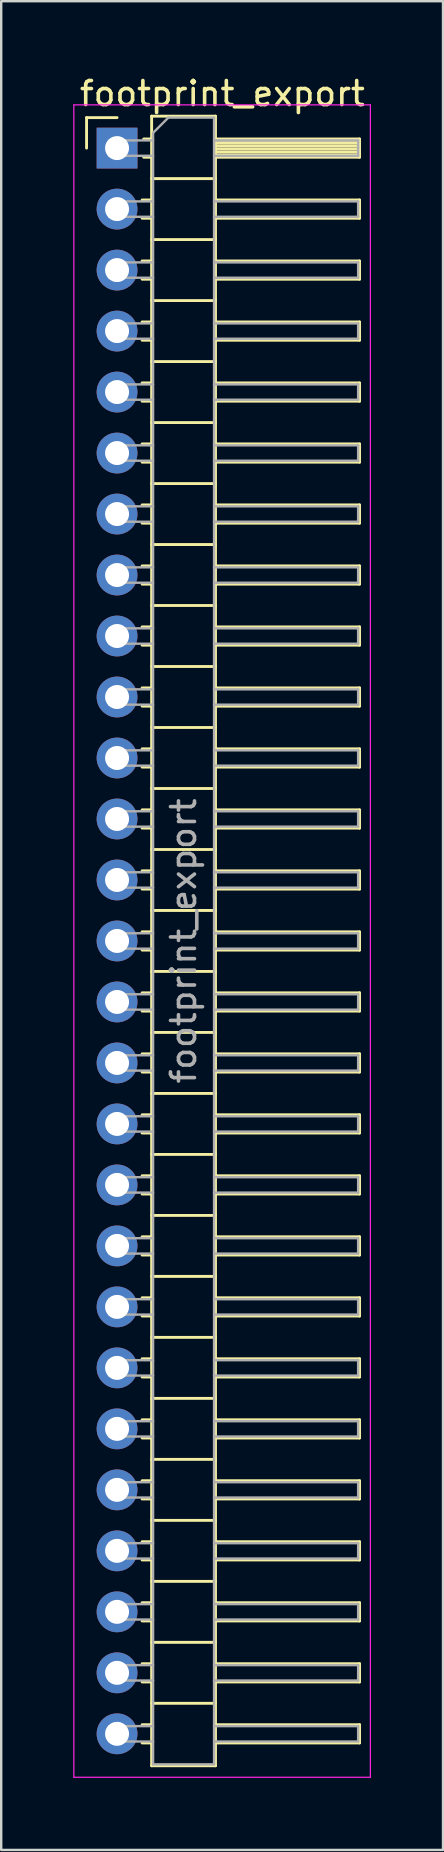
<source format=kicad_pcb>
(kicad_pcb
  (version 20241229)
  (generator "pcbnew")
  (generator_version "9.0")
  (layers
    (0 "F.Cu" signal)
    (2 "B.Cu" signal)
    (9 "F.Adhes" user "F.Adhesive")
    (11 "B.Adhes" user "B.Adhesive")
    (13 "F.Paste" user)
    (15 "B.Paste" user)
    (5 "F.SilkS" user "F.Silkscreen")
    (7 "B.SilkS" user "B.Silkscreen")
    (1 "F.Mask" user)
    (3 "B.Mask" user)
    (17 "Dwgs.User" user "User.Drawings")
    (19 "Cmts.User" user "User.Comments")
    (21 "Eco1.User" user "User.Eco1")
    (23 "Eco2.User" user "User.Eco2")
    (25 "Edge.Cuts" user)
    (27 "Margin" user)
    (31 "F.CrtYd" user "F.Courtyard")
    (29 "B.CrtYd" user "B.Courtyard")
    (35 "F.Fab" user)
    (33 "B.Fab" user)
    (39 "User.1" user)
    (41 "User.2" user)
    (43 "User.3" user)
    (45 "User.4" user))
  (footprint "footprint_export"
    (layer "F.Cu")
    (at 1.825 3.118)
    (property "Reference" "footprint_export" (at 4.385 -2.27 0) (layer "F.SilkS") (effects (font (size 1 1) (thickness 0.15))))
    (attr through_hole)
    (fp_line (start -1.27 -1.27) (end 0 -1.27) (stroke (width 0.12) (type solid)) (layer "F.SilkS"))
    (fp_line (start -1.27 0) (end -1.27 -1.27) (stroke (width 0.12) (type solid)) (layer "F.SilkS"))
    (fp_line (start 1.043 2.16) (end 1.44 2.16) (stroke (width 0.12) (type solid)) (layer "F.SilkS"))
    (fp_line (start 1.043 2.92) (end 1.44 2.92) (stroke (width 0.12) (type solid)) (layer "F.SilkS"))
    (fp_line (start 1.043 4.7) (end 1.44 4.7) (stroke (width 0.12) (type solid)) (layer "F.SilkS"))
    (fp_line (start 1.043 5.46) (end 1.44 5.46) (stroke (width 0.12) (type solid)) (layer "F.SilkS"))
    (fp_line (start 1.043 7.24) (end 1.44 7.24) (stroke (width 0.12) (type solid)) (layer "F.SilkS"))
    (fp_line (start 1.043 8) (end 1.44 8) (stroke (width 0.12) (type solid)) (layer "F.SilkS"))
    (fp_line (start 1.043 9.78) (end 1.44 9.78) (stroke (width 0.12) (type solid)) (layer "F.SilkS"))
    (fp_line (start 1.043 10.54) (end 1.44 10.54) (stroke (width 0.12) (type solid)) (layer "F.SilkS"))
    (fp_line (start 1.043 12.32) (end 1.44 12.32) (stroke (width 0.12) (type solid)) (layer "F.SilkS"))
    (fp_line (start 1.043 13.08) (end 1.44 13.08) (stroke (width 0.12) (type solid)) (layer "F.SilkS"))
    (fp_line (start 1.043 14.86) (end 1.44 14.86) (stroke (width 0.12) (type solid)) (layer "F.SilkS"))
    (fp_line (start 1.043 15.62) (end 1.44 15.62) (stroke (width 0.12) (type solid)) (layer "F.SilkS"))
    (fp_line (start 1.043 17.4) (end 1.44 17.4) (stroke (width 0.12) (type solid)) (layer "F.SilkS"))
    (fp_line (start 1.043 18.16) (end 1.44 18.16) (stroke (width 0.12) (type solid)) (layer "F.SilkS"))
    (fp_line (start 1.043 19.94) (end 1.44 19.94) (stroke (width 0.12) (type solid)) (layer "F.SilkS"))
    (fp_line (start 1.043 20.7) (end 1.44 20.7) (stroke (width 0.12) (type solid)) (layer "F.SilkS"))
    (fp_line (start 1.043 22.48) (end 1.44 22.48) (stroke (width 0.12) (type solid)) (layer "F.SilkS"))
    (fp_line (start 1.043 23.24) (end 1.44 23.24) (stroke (width 0.12) (type solid)) (layer "F.SilkS"))
    (fp_line (start 1.043 25.02) (end 1.44 25.02) (stroke (width 0.12) (type solid)) (layer "F.SilkS"))
    (fp_line (start 1.043 25.78) (end 1.44 25.78) (stroke (width 0.12) (type solid)) (layer "F.SilkS"))
    (fp_line (start 1.043 27.56) (end 1.44 27.56) (stroke (width 0.12) (type solid)) (layer "F.SilkS"))
    (fp_line (start 1.043 28.32) (end 1.44 28.32) (stroke (width 0.12) (type solid)) (layer "F.SilkS"))
    (fp_line (start 1.043 30.1) (end 1.44 30.1) (stroke (width 0.12) (type solid)) (layer "F.SilkS"))
    (fp_line (start 1.043 30.86) (end 1.44 30.86) (stroke (width 0.12) (type solid)) (layer "F.SilkS"))
    (fp_line (start 1.043 32.64) (end 1.44 32.64) (stroke (width 0.12) (type solid)) (layer "F.SilkS"))
    (fp_line (start 1.043 33.4) (end 1.44 33.4) (stroke (width 0.12) (type solid)) (layer "F.SilkS"))
    (fp_line (start 1.043 35.18) (end 1.44 35.18) (stroke (width 0.12) (type solid)) (layer "F.SilkS"))
    (fp_line (start 1.043 35.94) (end 1.44 35.94) (stroke (width 0.12) (type solid)) (layer "F.SilkS"))
    (fp_line (start 1.043 37.72) (end 1.44 37.72) (stroke (width 0.12) (type solid)) (layer "F.SilkS"))
    (fp_line (start 1.043 38.48) (end 1.44 38.48) (stroke (width 0.12) (type solid)) (layer "F.SilkS"))
    (fp_line (start 1.043 40.26) (end 1.44 40.26) (stroke (width 0.12) (type solid)) (layer "F.SilkS"))
    (fp_line (start 1.043 41.02) (end 1.44 41.02) (stroke (width 0.12) (type solid)) (layer "F.SilkS"))
    (fp_line (start 1.043 42.8) (end 1.44 42.8) (stroke (width 0.12) (type solid)) (layer "F.SilkS"))
    (fp_line (start 1.043 43.56) (end 1.44 43.56) (stroke (width 0.12) (type solid)) (layer "F.SilkS"))
    (fp_line (start 1.043 45.34) (end 1.44 45.34) (stroke (width 0.12) (type solid)) (layer "F.SilkS"))
    (fp_line (start 1.043 46.1) (end 1.44 46.1) (stroke (width 0.12) (type solid)) (layer "F.SilkS"))
    (fp_line (start 1.043 47.88) (end 1.44 47.88) (stroke (width 0.12) (type solid)) (layer "F.SilkS"))
    (fp_line (start 1.043 48.64) (end 1.44 48.64) (stroke (width 0.12) (type solid)) (layer "F.SilkS"))
    (fp_line (start 1.043 50.42) (end 1.44 50.42) (stroke (width 0.12) (type solid)) (layer "F.SilkS"))
    (fp_line (start 1.043 51.18) (end 1.44 51.18) (stroke (width 0.12) (type solid)) (layer "F.SilkS"))
    (fp_line (start 1.043 52.96) (end 1.44 52.96) (stroke (width 0.12) (type solid)) (layer "F.SilkS"))
    (fp_line (start 1.043 53.72) (end 1.44 53.72) (stroke (width 0.12) (type solid)) (layer "F.SilkS"))
    (fp_line (start 1.043 55.5) (end 1.44 55.5) (stroke (width 0.12) (type solid)) (layer "F.SilkS"))
    (fp_line (start 1.043 56.26) (end 1.44 56.26) (stroke (width 0.12) (type solid)) (layer "F.SilkS"))
    (fp_line (start 1.043 58.04) (end 1.44 58.04) (stroke (width 0.12) (type solid)) (layer "F.SilkS"))
    (fp_line (start 1.043 58.8) (end 1.44 58.8) (stroke (width 0.12) (type solid)) (layer "F.SilkS"))
    (fp_line (start 1.043 60.58) (end 1.44 60.58) (stroke (width 0.12) (type solid)) (layer "F.SilkS"))
    (fp_line (start 1.043 61.34) (end 1.44 61.34) (stroke (width 0.12) (type solid)) (layer "F.SilkS"))
    (fp_line (start 1.043 63.12) (end 1.44 63.12) (stroke (width 0.12) (type solid)) (layer "F.SilkS"))
    (fp_line (start 1.043 63.88) (end 1.44 63.88) (stroke (width 0.12) (type solid)) (layer "F.SilkS"))
    (fp_line (start 1.043 65.66) (end 1.44 65.66) (stroke (width 0.12) (type solid)) (layer "F.SilkS"))
    (fp_line (start 1.043 66.42) (end 1.44 66.42) (stroke (width 0.12) (type solid)) (layer "F.SilkS"))
    (fp_line (start 1.11 -0.38) (end 1.44 -0.38) (stroke (width 0.12) (type solid)) (layer "F.SilkS"))
    (fp_line (start 1.11 0.38) (end 1.44 0.38) (stroke (width 0.12) (type solid)) (layer "F.SilkS"))
    (fp_line (start 1.44 -1.33) (end 1.44 67.37) (stroke (width 0.12) (type solid)) (layer "F.SilkS"))
    (fp_line (start 1.44 1.27) (end 4.1 1.27) (stroke (width 0.12) (type solid)) (layer "F.SilkS"))
    (fp_line (start 1.44 3.81) (end 4.1 3.81) (stroke (width 0.12) (type solid)) (layer "F.SilkS"))
    (fp_line (start 1.44 6.35) (end 4.1 6.35) (stroke (width 0.12) (type solid)) (layer "F.SilkS"))
    (fp_line (start 1.44 8.89) (end 4.1 8.89) (stroke (width 0.12) (type solid)) (layer "F.SilkS"))
    (fp_line (start 1.44 11.43) (end 4.1 11.43) (stroke (width 0.12) (type solid)) (layer "F.SilkS"))
    (fp_line (start 1.44 13.97) (end 4.1 13.97) (stroke (width 0.12) (type solid)) (layer "F.SilkS"))
    (fp_line (start 1.44 16.51) (end 4.1 16.51) (stroke (width 0.12) (type solid)) (layer "F.SilkS"))
    (fp_line (start 1.44 19.05) (end 4.1 19.05) (stroke (width 0.12) (type solid)) (layer "F.SilkS"))
    (fp_line (start 1.44 21.59) (end 4.1 21.59) (stroke (width 0.12) (type solid)) (layer "F.SilkS"))
    (fp_line (start 1.44 24.13) (end 4.1 24.13) (stroke (width 0.12) (type solid)) (layer "F.SilkS"))
    (fp_line (start 1.44 26.67) (end 4.1 26.67) (stroke (width 0.12) (type solid)) (layer "F.SilkS"))
    (fp_line (start 1.44 29.21) (end 4.1 29.21) (stroke (width 0.12) (type solid)) (layer "F.SilkS"))
    (fp_line (start 1.44 31.75) (end 4.1 31.75) (stroke (width 0.12) (type solid)) (layer "F.SilkS"))
    (fp_line (start 1.44 34.29) (end 4.1 34.29) (stroke (width 0.12) (type solid)) (layer "F.SilkS"))
    (fp_line (start 1.44 36.83) (end 4.1 36.83) (stroke (width 0.12) (type solid)) (layer "F.SilkS"))
    (fp_line (start 1.44 39.37) (end 4.1 39.37) (stroke (width 0.12) (type solid)) (layer "F.SilkS"))
    (fp_line (start 1.44 41.91) (end 4.1 41.91) (stroke (width 0.12) (type solid)) (layer "F.SilkS"))
    (fp_line (start 1.44 44.45) (end 4.1 44.45) (stroke (width 0.12) (type solid)) (layer "F.SilkS"))
    (fp_line (start 1.44 46.99) (end 4.1 46.99) (stroke (width 0.12) (type solid)) (layer "F.SilkS"))
    (fp_line (start 1.44 49.53) (end 4.1 49.53) (stroke (width 0.12) (type solid)) (layer "F.SilkS"))
    (fp_line (start 1.44 52.07) (end 4.1 52.07) (stroke (width 0.12) (type solid)) (layer "F.SilkS"))
    (fp_line (start 1.44 54.61) (end 4.1 54.61) (stroke (width 0.12) (type solid)) (layer "F.SilkS"))
    (fp_line (start 1.44 57.15) (end 4.1 57.15) (stroke (width 0.12) (type solid)) (layer "F.SilkS"))
    (fp_line (start 1.44 59.69) (end 4.1 59.69) (stroke (width 0.12) (type solid)) (layer "F.SilkS"))
    (fp_line (start 1.44 62.23) (end 4.1 62.23) (stroke (width 0.12) (type solid)) (layer "F.SilkS"))
    (fp_line (start 1.44 64.77) (end 4.1 64.77) (stroke (width 0.12) (type solid)) (layer "F.SilkS"))
    (fp_line (start 1.44 67.37) (end 4.1 67.37) (stroke (width 0.12) (type solid)) (layer "F.SilkS"))
    (fp_line (start 4.1 -1.33) (end 1.44 -1.33) (stroke (width 0.12) (type solid)) (layer "F.SilkS"))
    (fp_line (start 4.1 -0.38) (end 10.1 -0.38) (stroke (width 0.12) (type solid)) (layer "F.SilkS"))
    (fp_line (start 4.1 -0.32) (end 10.1 -0.32) (stroke (width 0.12) (type solid)) (layer "F.SilkS"))
    (fp_line (start 4.1 -0.2) (end 10.1 -0.2) (stroke (width 0.12) (type solid)) (layer "F.SilkS"))
    (fp_line (start 4.1 -0.08) (end 10.1 -0.08) (stroke (width 0.12) (type solid)) (layer "F.SilkS"))
    (fp_line (start 4.1 0.04) (end 10.1 0.04) (stroke (width 0.12) (type solid)) (layer "F.SilkS"))
    (fp_line (start 4.1 0.16) (end 10.1 0.16) (stroke (width 0.12) (type solid)) (layer "F.SilkS"))
    (fp_line (start 4.1 0.28) (end 10.1 0.28) (stroke (width 0.12) (type solid)) (layer "F.SilkS"))
    (fp_line (start 4.1 2.16) (end 10.1 2.16) (stroke (width 0.12) (type solid)) (layer "F.SilkS"))
    (fp_line (start 4.1 4.7) (end 10.1 4.7) (stroke (width 0.12) (type solid)) (layer "F.SilkS"))
    (fp_line (start 4.1 7.24) (end 10.1 7.24) (stroke (width 0.12) (type solid)) (layer "F.SilkS"))
    (fp_line (start 4.1 9.78) (end 10.1 9.78) (stroke (width 0.12) (type solid)) (layer "F.SilkS"))
    (fp_line (start 4.1 12.32) (end 10.1 12.32) (stroke (width 0.12) (type solid)) (layer "F.SilkS"))
    (fp_line (start 4.1 14.86) (end 10.1 14.86) (stroke (width 0.12) (type solid)) (layer "F.SilkS"))
    (fp_line (start 4.1 17.4) (end 10.1 17.4) (stroke (width 0.12) (type solid)) (layer "F.SilkS"))
    (fp_line (start 4.1 19.94) (end 10.1 19.94) (stroke (width 0.12) (type solid)) (layer "F.SilkS"))
    (fp_line (start 4.1 22.48) (end 10.1 22.48) (stroke (width 0.12) (type solid)) (layer "F.SilkS"))
    (fp_line (start 4.1 25.02) (end 10.1 25.02) (stroke (width 0.12) (type solid)) (layer "F.SilkS"))
    (fp_line (start 4.1 27.56) (end 10.1 27.56) (stroke (width 0.12) (type solid)) (layer "F.SilkS"))
    (fp_line (start 4.1 30.1) (end 10.1 30.1) (stroke (width 0.12) (type solid)) (layer "F.SilkS"))
    (fp_line (start 4.1 32.64) (end 10.1 32.64) (stroke (width 0.12) (type solid)) (layer "F.SilkS"))
    (fp_line (start 4.1 35.18) (end 10.1 35.18) (stroke (width 0.12) (type solid)) (layer "F.SilkS"))
    (fp_line (start 4.1 37.72) (end 10.1 37.72) (stroke (width 0.12) (type solid)) (layer "F.SilkS"))
    (fp_line (start 4.1 40.26) (end 10.1 40.26) (stroke (width 0.12) (type solid)) (layer "F.SilkS"))
    (fp_line (start 4.1 42.8) (end 10.1 42.8) (stroke (width 0.12) (type solid)) (layer "F.SilkS"))
    (fp_line (start 4.1 45.34) (end 10.1 45.34) (stroke (width 0.12) (type solid)) (layer "F.SilkS"))
    (fp_line (start 4.1 47.88) (end 10.1 47.88) (stroke (width 0.12) (type solid)) (layer "F.SilkS"))
    (fp_line (start 4.1 50.42) (end 10.1 50.42) (stroke (width 0.12) (type solid)) (layer "F.SilkS"))
    (fp_line (start 4.1 52.96) (end 10.1 52.96) (stroke (width 0.12) (type solid)) (layer "F.SilkS"))
    (fp_line (start 4.1 55.5) (end 10.1 55.5) (stroke (width 0.12) (type solid)) (layer "F.SilkS"))
    (fp_line (start 4.1 58.04) (end 10.1 58.04) (stroke (width 0.12) (type solid)) (layer "F.SilkS"))
    (fp_line (start 4.1 60.58) (end 10.1 60.58) (stroke (width 0.12) (type solid)) (layer "F.SilkS"))
    (fp_line (start 4.1 63.12) (end 10.1 63.12) (stroke (width 0.12) (type solid)) (layer "F.SilkS"))
    (fp_line (start 4.1 65.66) (end 10.1 65.66) (stroke (width 0.12) (type solid)) (layer "F.SilkS"))
    (fp_line (start 4.1 67.37) (end 4.1 -1.33) (stroke (width 0.12) (type solid)) (layer "F.SilkS"))
    (fp_line (start 10.1 -0.38) (end 10.1 0.38) (stroke (width 0.12) (type solid)) (layer "F.SilkS"))
    (fp_line (start 10.1 0.38) (end 4.1 0.38) (stroke (width 0.12) (type solid)) (layer "F.SilkS"))
    (fp_line (start 10.1 2.16) (end 10.1 2.92) (stroke (width 0.12) (type solid)) (layer "F.SilkS"))
    (fp_line (start 10.1 2.92) (end 4.1 2.92) (stroke (width 0.12) (type solid)) (layer "F.SilkS"))
    (fp_line (start 10.1 4.7) (end 10.1 5.46) (stroke (width 0.12) (type solid)) (layer "F.SilkS"))
    (fp_line (start 10.1 5.46) (end 4.1 5.46) (stroke (width 0.12) (type solid)) (layer "F.SilkS"))
    (fp_line (start 10.1 7.24) (end 10.1 8) (stroke (width 0.12) (type solid)) (layer "F.SilkS"))
    (fp_line (start 10.1 8) (end 4.1 8) (stroke (width 0.12) (type solid)) (layer "F.SilkS"))
    (fp_line (start 10.1 9.78) (end 10.1 10.54) (stroke (width 0.12) (type solid)) (layer "F.SilkS"))
    (fp_line (start 10.1 10.54) (end 4.1 10.54) (stroke (width 0.12) (type solid)) (layer "F.SilkS"))
    (fp_line (start 10.1 12.32) (end 10.1 13.08) (stroke (width 0.12) (type solid)) (layer "F.SilkS"))
    (fp_line (start 10.1 13.08) (end 4.1 13.08) (stroke (width 0.12) (type solid)) (layer "F.SilkS"))
    (fp_line (start 10.1 14.86) (end 10.1 15.62) (stroke (width 0.12) (type solid)) (layer "F.SilkS"))
    (fp_line (start 10.1 15.62) (end 4.1 15.62) (stroke (width 0.12) (type solid)) (layer "F.SilkS"))
    (fp_line (start 10.1 17.4) (end 10.1 18.16) (stroke (width 0.12) (type solid)) (layer "F.SilkS"))
    (fp_line (start 10.1 18.16) (end 4.1 18.16) (stroke (width 0.12) (type solid)) (layer "F.SilkS"))
    (fp_line (start 10.1 19.94) (end 10.1 20.7) (stroke (width 0.12) (type solid)) (layer "F.SilkS"))
    (fp_line (start 10.1 20.7) (end 4.1 20.7) (stroke (width 0.12) (type solid)) (layer "F.SilkS"))
    (fp_line (start 10.1 22.48) (end 10.1 23.24) (stroke (width 0.12) (type solid)) (layer "F.SilkS"))
    (fp_line (start 10.1 23.24) (end 4.1 23.24) (stroke (width 0.12) (type solid)) (layer "F.SilkS"))
    (fp_line (start 10.1 25.02) (end 10.1 25.78) (stroke (width 0.12) (type solid)) (layer "F.SilkS"))
    (fp_line (start 10.1 25.78) (end 4.1 25.78) (stroke (width 0.12) (type solid)) (layer "F.SilkS"))
    (fp_line (start 10.1 27.56) (end 10.1 28.32) (stroke (width 0.12) (type solid)) (layer "F.SilkS"))
    (fp_line (start 10.1 28.32) (end 4.1 28.32) (stroke (width 0.12) (type solid)) (layer "F.SilkS"))
    (fp_line (start 10.1 30.1) (end 10.1 30.86) (stroke (width 0.12) (type solid)) (layer "F.SilkS"))
    (fp_line (start 10.1 30.86) (end 4.1 30.86) (stroke (width 0.12) (type solid)) (layer "F.SilkS"))
    (fp_line (start 10.1 32.64) (end 10.1 33.4) (stroke (width 0.12) (type solid)) (layer "F.SilkS"))
    (fp_line (start 10.1 33.4) (end 4.1 33.4) (stroke (width 0.12) (type solid)) (layer "F.SilkS"))
    (fp_line (start 10.1 35.18) (end 10.1 35.94) (stroke (width 0.12) (type solid)) (layer "F.SilkS"))
    (fp_line (start 10.1 35.94) (end 4.1 35.94) (stroke (width 0.12) (type solid)) (layer "F.SilkS"))
    (fp_line (start 10.1 37.72) (end 10.1 38.48) (stroke (width 0.12) (type solid)) (layer "F.SilkS"))
    (fp_line (start 10.1 38.48) (end 4.1 38.48) (stroke (width 0.12) (type solid)) (layer "F.SilkS"))
    (fp_line (start 10.1 40.26) (end 10.1 41.02) (stroke (width 0.12) (type solid)) (layer "F.SilkS"))
    (fp_line (start 10.1 41.02) (end 4.1 41.02) (stroke (width 0.12) (type solid)) (layer "F.SilkS"))
    (fp_line (start 10.1 42.8) (end 10.1 43.56) (stroke (width 0.12) (type solid)) (layer "F.SilkS"))
    (fp_line (start 10.1 43.56) (end 4.1 43.56) (stroke (width 0.12) (type solid)) (layer "F.SilkS"))
    (fp_line (start 10.1 45.34) (end 10.1 46.1) (stroke (width 0.12) (type solid)) (layer "F.SilkS"))
    (fp_line (start 10.1 46.1) (end 4.1 46.1) (stroke (width 0.12) (type solid)) (layer "F.SilkS"))
    (fp_line (start 10.1 47.88) (end 10.1 48.64) (stroke (width 0.12) (type solid)) (layer "F.SilkS"))
    (fp_line (start 10.1 48.64) (end 4.1 48.64) (stroke (width 0.12) (type solid)) (layer "F.SilkS"))
    (fp_line (start 10.1 50.42) (end 10.1 51.18) (stroke (width 0.12) (type solid)) (layer "F.SilkS"))
    (fp_line (start 10.1 51.18) (end 4.1 51.18) (stroke (width 0.12) (type solid)) (layer "F.SilkS"))
    (fp_line (start 10.1 52.96) (end 10.1 53.72) (stroke (width 0.12) (type solid)) (layer "F.SilkS"))
    (fp_line (start 10.1 53.72) (end 4.1 53.72) (stroke (width 0.12) (type solid)) (layer "F.SilkS"))
    (fp_line (start 10.1 55.5) (end 10.1 56.26) (stroke (width 0.12) (type solid)) (layer "F.SilkS"))
    (fp_line (start 10.1 56.26) (end 4.1 56.26) (stroke (width 0.12) (type solid)) (layer "F.SilkS"))
    (fp_line (start 10.1 58.04) (end 10.1 58.8) (stroke (width 0.12) (type solid)) (layer "F.SilkS"))
    (fp_line (start 10.1 58.8) (end 4.1 58.8) (stroke (width 0.12) (type solid)) (layer "F.SilkS"))
    (fp_line (start 10.1 60.58) (end 10.1 61.34) (stroke (width 0.12) (type solid)) (layer "F.SilkS"))
    (fp_line (start 10.1 61.34) (end 4.1 61.34) (stroke (width 0.12) (type solid)) (layer "F.SilkS"))
    (fp_line (start 10.1 63.12) (end 10.1 63.88) (stroke (width 0.12) (type solid)) (layer "F.SilkS"))
    (fp_line (start 10.1 63.88) (end 4.1 63.88) (stroke (width 0.12) (type solid)) (layer "F.SilkS"))
    (fp_line (start 10.1 65.66) (end 10.1 66.42) (stroke (width 0.12) (type solid)) (layer "F.SilkS"))
    (fp_line (start 10.1 66.42) (end 4.1 66.42) (stroke (width 0.12) (type solid)) (layer "F.SilkS"))
    (fp_line (start -1.8 -1.8) (end -1.8 67.85) (stroke (width 0.05) (type solid)) (layer "F.CrtYd"))
    (fp_line (start -1.8 67.85) (end 10.55 67.85) (stroke (width 0.05) (type solid)) (layer "F.CrtYd"))
    (fp_line (start 10.55 -1.8) (end -1.8 -1.8) (stroke (width 0.05) (type solid)) (layer "F.CrtYd"))
    (fp_line (start 10.55 67.85) (end 10.55 -1.8) (stroke (width 0.05) (type solid)) (layer "F.CrtYd"))
    (fp_line (start -0.32 -0.32) (end -0.32 0.32) (stroke (width 0.1) (type solid)) (layer "F.Fab"))
    (fp_line (start -0.32 -0.32) (end 1.5 -0.32) (stroke (width 0.1) (type solid)) (layer "F.Fab"))
    (fp_line (start -0.32 0.32) (end 1.5 0.32) (stroke (width 0.1) (type solid)) (layer "F.Fab"))
    (fp_line (start -0.32 2.22) (end -0.32 2.86) (stroke (width 0.1) (type solid)) (layer "F.Fab"))
    (fp_line (start -0.32 2.22) (end 1.5 2.22) (stroke (width 0.1) (type solid)) (layer "F.Fab"))
    (fp_line (start -0.32 2.86) (end 1.5 2.86) (stroke (width 0.1) (type solid)) (layer "F.Fab"))
    (fp_line (start -0.32 4.76) (end -0.32 5.4) (stroke (width 0.1) (type solid)) (layer "F.Fab"))
    (fp_line (start -0.32 4.76) (end 1.5 4.76) (stroke (width 0.1) (type solid)) (layer "F.Fab"))
    (fp_line (start -0.32 5.4) (end 1.5 5.4) (stroke (width 0.1) (type solid)) (layer "F.Fab"))
    (fp_line (start -0.32 7.3) (end -0.32 7.94) (stroke (width 0.1) (type solid)) (layer "F.Fab"))
    (fp_line (start -0.32 7.3) (end 1.5 7.3) (stroke (width 0.1) (type solid)) (layer "F.Fab"))
    (fp_line (start -0.32 7.94) (end 1.5 7.94) (stroke (width 0.1) (type solid)) (layer "F.Fab"))
    (fp_line (start -0.32 9.84) (end -0.32 10.48) (stroke (width 0.1) (type solid)) (layer "F.Fab"))
    (fp_line (start -0.32 9.84) (end 1.5 9.84) (stroke (width 0.1) (type solid)) (layer "F.Fab"))
    (fp_line (start -0.32 10.48) (end 1.5 10.48) (stroke (width 0.1) (type solid)) (layer "F.Fab"))
    (fp_line (start -0.32 12.38) (end -0.32 13.02) (stroke (width 0.1) (type solid)) (layer "F.Fab"))
    (fp_line (start -0.32 12.38) (end 1.5 12.38) (stroke (width 0.1) (type solid)) (layer "F.Fab"))
    (fp_line (start -0.32 13.02) (end 1.5 13.02) (stroke (width 0.1) (type solid)) (layer "F.Fab"))
    (fp_line (start -0.32 14.92) (end -0.32 15.56) (stroke (width 0.1) (type solid)) (layer "F.Fab"))
    (fp_line (start -0.32 14.92) (end 1.5 14.92) (stroke (width 0.1) (type solid)) (layer "F.Fab"))
    (fp_line (start -0.32 15.56) (end 1.5 15.56) (stroke (width 0.1) (type solid)) (layer "F.Fab"))
    (fp_line (start -0.32 17.46) (end -0.32 18.1) (stroke (width 0.1) (type solid)) (layer "F.Fab"))
    (fp_line (start -0.32 17.46) (end 1.5 17.46) (stroke (width 0.1) (type solid)) (layer "F.Fab"))
    (fp_line (start -0.32 18.1) (end 1.5 18.1) (stroke (width 0.1) (type solid)) (layer "F.Fab"))
    (fp_line (start -0.32 20) (end -0.32 20.64) (stroke (width 0.1) (type solid)) (layer "F.Fab"))
    (fp_line (start -0.32 20) (end 1.5 20) (stroke (width 0.1) (type solid)) (layer "F.Fab"))
    (fp_line (start -0.32 20.64) (end 1.5 20.64) (stroke (width 0.1) (type solid)) (layer "F.Fab"))
    (fp_line (start -0.32 22.54) (end -0.32 23.18) (stroke (width 0.1) (type solid)) (layer "F.Fab"))
    (fp_line (start -0.32 22.54) (end 1.5 22.54) (stroke (width 0.1) (type solid)) (layer "F.Fab"))
    (fp_line (start -0.32 23.18) (end 1.5 23.18) (stroke (width 0.1) (type solid)) (layer "F.Fab"))
    (fp_line (start -0.32 25.08) (end -0.32 25.72) (stroke (width 0.1) (type solid)) (layer "F.Fab"))
    (fp_line (start -0.32 25.08) (end 1.5 25.08) (stroke (width 0.1) (type solid)) (layer "F.Fab"))
    (fp_line (start -0.32 25.72) (end 1.5 25.72) (stroke (width 0.1) (type solid)) (layer "F.Fab"))
    (fp_line (start -0.32 27.62) (end -0.32 28.26) (stroke (width 0.1) (type solid)) (layer "F.Fab"))
    (fp_line (start -0.32 27.62) (end 1.5 27.62) (stroke (width 0.1) (type solid)) (layer "F.Fab"))
    (fp_line (start -0.32 28.26) (end 1.5 28.26) (stroke (width 0.1) (type solid)) (layer "F.Fab"))
    (fp_line (start -0.32 30.16) (end -0.32 30.8) (stroke (width 0.1) (type solid)) (layer "F.Fab"))
    (fp_line (start -0.32 30.16) (end 1.5 30.16) (stroke (width 0.1) (type solid)) (layer "F.Fab"))
    (fp_line (start -0.32 30.8) (end 1.5 30.8) (stroke (width 0.1) (type solid)) (layer "F.Fab"))
    (fp_line (start -0.32 32.7) (end -0.32 33.34) (stroke (width 0.1) (type solid)) (layer "F.Fab"))
    (fp_line (start -0.32 32.7) (end 1.5 32.7) (stroke (width 0.1) (type solid)) (layer "F.Fab"))
    (fp_line (start -0.32 33.34) (end 1.5 33.34) (stroke (width 0.1) (type solid)) (layer "F.Fab"))
    (fp_line (start -0.32 35.24) (end -0.32 35.88) (stroke (width 0.1) (type solid)) (layer "F.Fab"))
    (fp_line (start -0.32 35.24) (end 1.5 35.24) (stroke (width 0.1) (type solid)) (layer "F.Fab"))
    (fp_line (start -0.32 35.88) (end 1.5 35.88) (stroke (width 0.1) (type solid)) (layer "F.Fab"))
    (fp_line (start -0.32 37.78) (end -0.32 38.42) (stroke (width 0.1) (type solid)) (layer "F.Fab"))
    (fp_line (start -0.32 37.78) (end 1.5 37.78) (stroke (width 0.1) (type solid)) (layer "F.Fab"))
    (fp_line (start -0.32 38.42) (end 1.5 38.42) (stroke (width 0.1) (type solid)) (layer "F.Fab"))
    (fp_line (start -0.32 40.32) (end -0.32 40.96) (stroke (width 0.1) (type solid)) (layer "F.Fab"))
    (fp_line (start -0.32 40.32) (end 1.5 40.32) (stroke (width 0.1) (type solid)) (layer "F.Fab"))
    (fp_line (start -0.32 40.96) (end 1.5 40.96) (stroke (width 0.1) (type solid)) (layer "F.Fab"))
    (fp_line (start -0.32 42.86) (end -0.32 43.5) (stroke (width 0.1) (type solid)) (layer "F.Fab"))
    (fp_line (start -0.32 42.86) (end 1.5 42.86) (stroke (width 0.1) (type solid)) (layer "F.Fab"))
    (fp_line (start -0.32 43.5) (end 1.5 43.5) (stroke (width 0.1) (type solid)) (layer "F.Fab"))
    (fp_line (start -0.32 45.4) (end -0.32 46.04) (stroke (width 0.1) (type solid)) (layer "F.Fab"))
    (fp_line (start -0.32 45.4) (end 1.5 45.4) (stroke (width 0.1) (type solid)) (layer "F.Fab"))
    (fp_line (start -0.32 46.04) (end 1.5 46.04) (stroke (width 0.1) (type solid)) (layer "F.Fab"))
    (fp_line (start -0.32 47.94) (end -0.32 48.58) (stroke (width 0.1) (type solid)) (layer "F.Fab"))
    (fp_line (start -0.32 47.94) (end 1.5 47.94) (stroke (width 0.1) (type solid)) (layer "F.Fab"))
    (fp_line (start -0.32 48.58) (end 1.5 48.58) (stroke (width 0.1) (type solid)) (layer "F.Fab"))
    (fp_line (start -0.32 50.48) (end -0.32 51.12) (stroke (width 0.1) (type solid)) (layer "F.Fab"))
    (fp_line (start -0.32 50.48) (end 1.5 50.48) (stroke (width 0.1) (type solid)) (layer "F.Fab"))
    (fp_line (start -0.32 51.12) (end 1.5 51.12) (stroke (width 0.1) (type solid)) (layer "F.Fab"))
    (fp_line (start -0.32 53.02) (end -0.32 53.66) (stroke (width 0.1) (type solid)) (layer "F.Fab"))
    (fp_line (start -0.32 53.02) (end 1.5 53.02) (stroke (width 0.1) (type solid)) (layer "F.Fab"))
    (fp_line (start -0.32 53.66) (end 1.5 53.66) (stroke (width 0.1) (type solid)) (layer "F.Fab"))
    (fp_line (start -0.32 55.56) (end -0.32 56.2) (stroke (width 0.1) (type solid)) (layer "F.Fab"))
    (fp_line (start -0.32 55.56) (end 1.5 55.56) (stroke (width 0.1) (type solid)) (layer "F.Fab"))
    (fp_line (start -0.32 56.2) (end 1.5 56.2) (stroke (width 0.1) (type solid)) (layer "F.Fab"))
    (fp_line (start -0.32 58.1) (end -0.32 58.74) (stroke (width 0.1) (type solid)) (layer "F.Fab"))
    (fp_line (start -0.32 58.1) (end 1.5 58.1) (stroke (width 0.1) (type solid)) (layer "F.Fab"))
    (fp_line (start -0.32 58.74) (end 1.5 58.74) (stroke (width 0.1) (type solid)) (layer "F.Fab"))
    (fp_line (start -0.32 60.64) (end -0.32 61.28) (stroke (width 0.1) (type solid)) (layer "F.Fab"))
    (fp_line (start -0.32 60.64) (end 1.5 60.64) (stroke (width 0.1) (type solid)) (layer "F.Fab"))
    (fp_line (start -0.32 61.28) (end 1.5 61.28) (stroke (width 0.1) (type solid)) (layer "F.Fab"))
    (fp_line (start -0.32 63.18) (end -0.32 63.82) (stroke (width 0.1) (type solid)) (layer "F.Fab"))
    (fp_line (start -0.32 63.18) (end 1.5 63.18) (stroke (width 0.1) (type solid)) (layer "F.Fab"))
    (fp_line (start -0.32 63.82) (end 1.5 63.82) (stroke (width 0.1) (type solid)) (layer "F.Fab"))
    (fp_line (start -0.32 65.72) (end -0.32 66.36) (stroke (width 0.1) (type solid)) (layer "F.Fab"))
    (fp_line (start -0.32 65.72) (end 1.5 65.72) (stroke (width 0.1) (type solid)) (layer "F.Fab"))
    (fp_line (start -0.32 66.36) (end 1.5 66.36) (stroke (width 0.1) (type solid)) (layer "F.Fab"))
    (fp_line (start 1.5 -0.635) (end 2.135 -1.27) (stroke (width 0.1) (type solid)) (layer "F.Fab"))
    (fp_line (start 1.5 67.31) (end 1.5 -0.635) (stroke (width 0.1) (type solid)) (layer "F.Fab"))
    (fp_line (start 2.135 -1.27) (end 4.04 -1.27) (stroke (width 0.1) (type solid)) (layer "F.Fab"))
    (fp_line (start 4.04 -1.27) (end 4.04 67.31) (stroke (width 0.1) (type solid)) (layer "F.Fab"))
    (fp_line (start 4.04 -0.32) (end 10.04 -0.32) (stroke (width 0.1) (type solid)) (layer "F.Fab"))
    (fp_line (start 4.04 0.32) (end 10.04 0.32) (stroke (width 0.1) (type solid)) (layer "F.Fab"))
    (fp_line (start 4.04 2.22) (end 10.04 2.22) (stroke (width 0.1) (type solid)) (layer "F.Fab"))
    (fp_line (start 4.04 2.86) (end 10.04 2.86) (stroke (width 0.1) (type solid)) (layer "F.Fab"))
    (fp_line (start 4.04 4.76) (end 10.04 4.76) (stroke (width 0.1) (type solid)) (layer "F.Fab"))
    (fp_line (start 4.04 5.4) (end 10.04 5.4) (stroke (width 0.1) (type solid)) (layer "F.Fab"))
    (fp_line (start 4.04 7.3) (end 10.04 7.3) (stroke (width 0.1) (type solid)) (layer "F.Fab"))
    (fp_line (start 4.04 7.94) (end 10.04 7.94) (stroke (width 0.1) (type solid)) (layer "F.Fab"))
    (fp_line (start 4.04 9.84) (end 10.04 9.84) (stroke (width 0.1) (type solid)) (layer "F.Fab"))
    (fp_line (start 4.04 10.48) (end 10.04 10.48) (stroke (width 0.1) (type solid)) (layer "F.Fab"))
    (fp_line (start 4.04 12.38) (end 10.04 12.38) (stroke (width 0.1) (type solid)) (layer "F.Fab"))
    (fp_line (start 4.04 13.02) (end 10.04 13.02) (stroke (width 0.1) (type solid)) (layer "F.Fab"))
    (fp_line (start 4.04 14.92) (end 10.04 14.92) (stroke (width 0.1) (type solid)) (layer "F.Fab"))
    (fp_line (start 4.04 15.56) (end 10.04 15.56) (stroke (width 0.1) (type solid)) (layer "F.Fab"))
    (fp_line (start 4.04 17.46) (end 10.04 17.46) (stroke (width 0.1) (type solid)) (layer "F.Fab"))
    (fp_line (start 4.04 18.1) (end 10.04 18.1) (stroke (width 0.1) (type solid)) (layer "F.Fab"))
    (fp_line (start 4.04 20) (end 10.04 20) (stroke (width 0.1) (type solid)) (layer "F.Fab"))
    (fp_line (start 4.04 20.64) (end 10.04 20.64) (stroke (width 0.1) (type solid)) (layer "F.Fab"))
    (fp_line (start 4.04 22.54) (end 10.04 22.54) (stroke (width 0.1) (type solid)) (layer "F.Fab"))
    (fp_line (start 4.04 23.18) (end 10.04 23.18) (stroke (width 0.1) (type solid)) (layer "F.Fab"))
    (fp_line (start 4.04 25.08) (end 10.04 25.08) (stroke (width 0.1) (type solid)) (layer "F.Fab"))
    (fp_line (start 4.04 25.72) (end 10.04 25.72) (stroke (width 0.1) (type solid)) (layer "F.Fab"))
    (fp_line (start 4.04 27.62) (end 10.04 27.62) (stroke (width 0.1) (type solid)) (layer "F.Fab"))
    (fp_line (start 4.04 28.26) (end 10.04 28.26) (stroke (width 0.1) (type solid)) (layer "F.Fab"))
    (fp_line (start 4.04 30.16) (end 10.04 30.16) (stroke (width 0.1) (type solid)) (layer "F.Fab"))
    (fp_line (start 4.04 30.8) (end 10.04 30.8) (stroke (width 0.1) (type solid)) (layer "F.Fab"))
    (fp_line (start 4.04 32.7) (end 10.04 32.7) (stroke (width 0.1) (type solid)) (layer "F.Fab"))
    (fp_line (start 4.04 33.34) (end 10.04 33.34) (stroke (width 0.1) (type solid)) (layer "F.Fab"))
    (fp_line (start 4.04 35.24) (end 10.04 35.24) (stroke (width 0.1) (type solid)) (layer "F.Fab"))
    (fp_line (start 4.04 35.88) (end 10.04 35.88) (stroke (width 0.1) (type solid)) (layer "F.Fab"))
    (fp_line (start 4.04 37.78) (end 10.04 37.78) (stroke (width 0.1) (type solid)) (layer "F.Fab"))
    (fp_line (start 4.04 38.42) (end 10.04 38.42) (stroke (width 0.1) (type solid)) (layer "F.Fab"))
    (fp_line (start 4.04 40.32) (end 10.04 40.32) (stroke (width 0.1) (type solid)) (layer "F.Fab"))
    (fp_line (start 4.04 40.96) (end 10.04 40.96) (stroke (width 0.1) (type solid)) (layer "F.Fab"))
    (fp_line (start 4.04 42.86) (end 10.04 42.86) (stroke (width 0.1) (type solid)) (layer "F.Fab"))
    (fp_line (start 4.04 43.5) (end 10.04 43.5) (stroke (width 0.1) (type solid)) (layer "F.Fab"))
    (fp_line (start 4.04 45.4) (end 10.04 45.4) (stroke (width 0.1) (type solid)) (layer "F.Fab"))
    (fp_line (start 4.04 46.04) (end 10.04 46.04) (stroke (width 0.1) (type solid)) (layer "F.Fab"))
    (fp_line (start 4.04 47.94) (end 10.04 47.94) (stroke (width 0.1) (type solid)) (layer "F.Fab"))
    (fp_line (start 4.04 48.58) (end 10.04 48.58) (stroke (width 0.1) (type solid)) (layer "F.Fab"))
    (fp_line (start 4.04 50.48) (end 10.04 50.48) (stroke (width 0.1) (type solid)) (layer "F.Fab"))
    (fp_line (start 4.04 51.12) (end 10.04 51.12) (stroke (width 0.1) (type solid)) (layer "F.Fab"))
    (fp_line (start 4.04 53.02) (end 10.04 53.02) (stroke (width 0.1) (type solid)) (layer "F.Fab"))
    (fp_line (start 4.04 53.66) (end 10.04 53.66) (stroke (width 0.1) (type solid)) (layer "F.Fab"))
    (fp_line (start 4.04 55.56) (end 10.04 55.56) (stroke (width 0.1) (type solid)) (layer "F.Fab"))
    (fp_line (start 4.04 56.2) (end 10.04 56.2) (stroke (width 0.1) (type solid)) (layer "F.Fab"))
    (fp_line (start 4.04 58.1) (end 10.04 58.1) (stroke (width 0.1) (type solid)) (layer "F.Fab"))
    (fp_line (start 4.04 58.74) (end 10.04 58.74) (stroke (width 0.1) (type solid)) (layer "F.Fab"))
    (fp_line (start 4.04 60.64) (end 10.04 60.64) (stroke (width 0.1) (type solid)) (layer "F.Fab"))
    (fp_line (start 4.04 61.28) (end 10.04 61.28) (stroke (width 0.1) (type solid)) (layer "F.Fab"))
    (fp_line (start 4.04 63.18) (end 10.04 63.18) (stroke (width 0.1) (type solid)) (layer "F.Fab"))
    (fp_line (start 4.04 63.82) (end 10.04 63.82) (stroke (width 0.1) (type solid)) (layer "F.Fab"))
    (fp_line (start 4.04 65.72) (end 10.04 65.72) (stroke (width 0.1) (type solid)) (layer "F.Fab"))
    (fp_line (start 4.04 66.36) (end 10.04 66.36) (stroke (width 0.1) (type solid)) (layer "F.Fab"))
    (fp_line (start 4.04 67.31) (end 1.5 67.31) (stroke (width 0.1) (type solid)) (layer "F.Fab"))
    (fp_line (start 10.04 -0.32) (end 10.04 0.32) (stroke (width 0.1) (type solid)) (layer "F.Fab"))
    (fp_line (start 10.04 2.22) (end 10.04 2.86) (stroke (width 0.1) (type solid)) (layer "F.Fab"))
    (fp_line (start 10.04 4.76) (end 10.04 5.4) (stroke (width 0.1) (type solid)) (layer "F.Fab"))
    (fp_line (start 10.04 7.3) (end 10.04 7.94) (stroke (width 0.1) (type solid)) (layer "F.Fab"))
    (fp_line (start 10.04 9.84) (end 10.04 10.48) (stroke (width 0.1) (type solid)) (layer "F.Fab"))
    (fp_line (start 10.04 12.38) (end 10.04 13.02) (stroke (width 0.1) (type solid)) (layer "F.Fab"))
    (fp_line (start 10.04 14.92) (end 10.04 15.56) (stroke (width 0.1) (type solid)) (layer "F.Fab"))
    (fp_line (start 10.04 17.46) (end 10.04 18.1) (stroke (width 0.1) (type solid)) (layer "F.Fab"))
    (fp_line (start 10.04 20) (end 10.04 20.64) (stroke (width 0.1) (type solid)) (layer "F.Fab"))
    (fp_line (start 10.04 22.54) (end 10.04 23.18) (stroke (width 0.1) (type solid)) (layer "F.Fab"))
    (fp_line (start 10.04 25.08) (end 10.04 25.72) (stroke (width 0.1) (type solid)) (layer "F.Fab"))
    (fp_line (start 10.04 27.62) (end 10.04 28.26) (stroke (width 0.1) (type solid)) (layer "F.Fab"))
    (fp_line (start 10.04 30.16) (end 10.04 30.8) (stroke (width 0.1) (type solid)) (layer "F.Fab"))
    (fp_line (start 10.04 32.7) (end 10.04 33.34) (stroke (width 0.1) (type solid)) (layer "F.Fab"))
    (fp_line (start 10.04 35.24) (end 10.04 35.88) (stroke (width 0.1) (type solid)) (layer "F.Fab"))
    (fp_line (start 10.04 37.78) (end 10.04 38.42) (stroke (width 0.1) (type solid)) (layer "F.Fab"))
    (fp_line (start 10.04 40.32) (end 10.04 40.96) (stroke (width 0.1) (type solid)) (layer "F.Fab"))
    (fp_line (start 10.04 42.86) (end 10.04 43.5) (stroke (width 0.1) (type solid)) (layer "F.Fab"))
    (fp_line (start 10.04 45.4) (end 10.04 46.04) (stroke (width 0.1) (type solid)) (layer "F.Fab"))
    (fp_line (start 10.04 47.94) (end 10.04 48.58) (stroke (width 0.1) (type solid)) (layer "F.Fab"))
    (fp_line (start 10.04 50.48) (end 10.04 51.12) (stroke (width 0.1) (type solid)) (layer "F.Fab"))
    (fp_line (start 10.04 53.02) (end 10.04 53.66) (stroke (width 0.1) (type solid)) (layer "F.Fab"))
    (fp_line (start 10.04 55.56) (end 10.04 56.2) (stroke (width 0.1) (type solid)) (layer "F.Fab"))
    (fp_line (start 10.04 58.1) (end 10.04 58.74) (stroke (width 0.1) (type solid)) (layer "F.Fab"))
    (fp_line (start 10.04 60.64) (end 10.04 61.28) (stroke (width 0.1) (type solid)) (layer "F.Fab"))
    (fp_line (start 10.04 63.18) (end 10.04 63.82) (stroke (width 0.1) (type solid)) (layer "F.Fab"))
    (fp_line (start 10.04 65.72) (end 10.04 66.36) (stroke (width 0.1) (type solid)) (layer "F.Fab"))
    (fp_text user "${REFERENCE}" (at 2.77 33.02 90) (layer "F.Fab") (effects (font (size 1 1) (thickness 0.15))))
    (pad "1" thru_hole rect (at 0 0) (size 1.7 1.7) (drill 1) (layers "*.Cu" "*.Mask"))
    (pad "2" thru_hole oval (at 0 2.54) (size 1.7 1.7) (drill 1) (layers "*.Cu" "*.Mask"))
    (pad "3" thru_hole oval (at 0 5.08) (size 1.7 1.7) (drill 1) (layers "*.Cu" "*.Mask"))
    (pad "4" thru_hole oval (at 0 7.62) (size 1.7 1.7) (drill 1) (layers "*.Cu" "*.Mask"))
    (pad "5" thru_hole oval (at 0 10.16) (size 1.7 1.7) (drill 1) (layers "*.Cu" "*.Mask"))
    (pad "6" thru_hole oval (at 0 12.7) (size 1.7 1.7) (drill 1) (layers "*.Cu" "*.Mask"))
    (pad "7" thru_hole oval (at 0 15.24) (size 1.7 1.7) (drill 1) (layers "*.Cu" "*.Mask"))
    (pad "8" thru_hole oval (at 0 17.78) (size 1.7 1.7) (drill 1) (layers "*.Cu" "*.Mask"))
    (pad "9" thru_hole oval (at 0 20.32) (size 1.7 1.7) (drill 1) (layers "*.Cu" "*.Mask"))
    (pad "10" thru_hole oval (at 0 22.86) (size 1.7 1.7) (drill 1) (layers "*.Cu" "*.Mask"))
    (pad "11" thru_hole oval (at 0 25.4) (size 1.7 1.7) (drill 1) (layers "*.Cu" "*.Mask"))
    (pad "12" thru_hole oval (at 0 27.94) (size 1.7 1.7) (drill 1) (layers "*.Cu" "*.Mask"))
    (pad "13" thru_hole oval (at 0 30.48) (size 1.7 1.7) (drill 1) (layers "*.Cu" "*.Mask"))
    (pad "14" thru_hole oval (at 0 33.02) (size 1.7 1.7) (drill 1) (layers "*.Cu" "*.Mask"))
    (pad "15" thru_hole oval (at 0 35.56) (size 1.7 1.7) (drill 1) (layers "*.Cu" "*.Mask"))
    (pad "16" thru_hole oval (at 0 38.1) (size 1.7 1.7) (drill 1) (layers "*.Cu" "*.Mask"))
    (pad "17" thru_hole oval (at 0 40.64) (size 1.7 1.7) (drill 1) (layers "*.Cu" "*.Mask"))
    (pad "18" thru_hole oval (at 0 43.18) (size 1.7 1.7) (drill 1) (layers "*.Cu" "*.Mask"))
    (pad "19" thru_hole oval (at 0 45.72) (size 1.7 1.7) (drill 1) (layers "*.Cu" "*.Mask"))
    (pad "20" thru_hole oval (at 0 48.26) (size 1.7 1.7) (drill 1) (layers "*.Cu" "*.Mask"))
    (pad "21" thru_hole oval (at 0 50.8) (size 1.7 1.7) (drill 1) (layers "*.Cu" "*.Mask"))
    (pad "22" thru_hole oval (at 0 53.34) (size 1.7 1.7) (drill 1) (layers "*.Cu" "*.Mask"))
    (pad "23" thru_hole oval (at 0 55.88) (size 1.7 1.7) (drill 1) (layers "*.Cu" "*.Mask"))
    (pad "24" thru_hole oval (at 0 58.42) (size 1.7 1.7) (drill 1) (layers "*.Cu" "*.Mask"))
    (pad "25" thru_hole oval (at 0 60.96) (size 1.7 1.7) (drill 1) (layers "*.Cu" "*.Mask"))
    (pad "26" thru_hole oval (at 0 63.5) (size 1.7 1.7) (drill 1) (layers "*.Cu" "*.Mask"))
    (pad "27" thru_hole oval (at 0 66.04) (size 1.7 1.7) (drill 1) (layers "*.Cu" "*.Mask")))
  (gr_rect
    (start -3 -3)
    (end 15.4 73.993)
    (stroke (width 0.1) (type default))
    (fill no)
    (layer "Edge.Cuts")))
</source>
